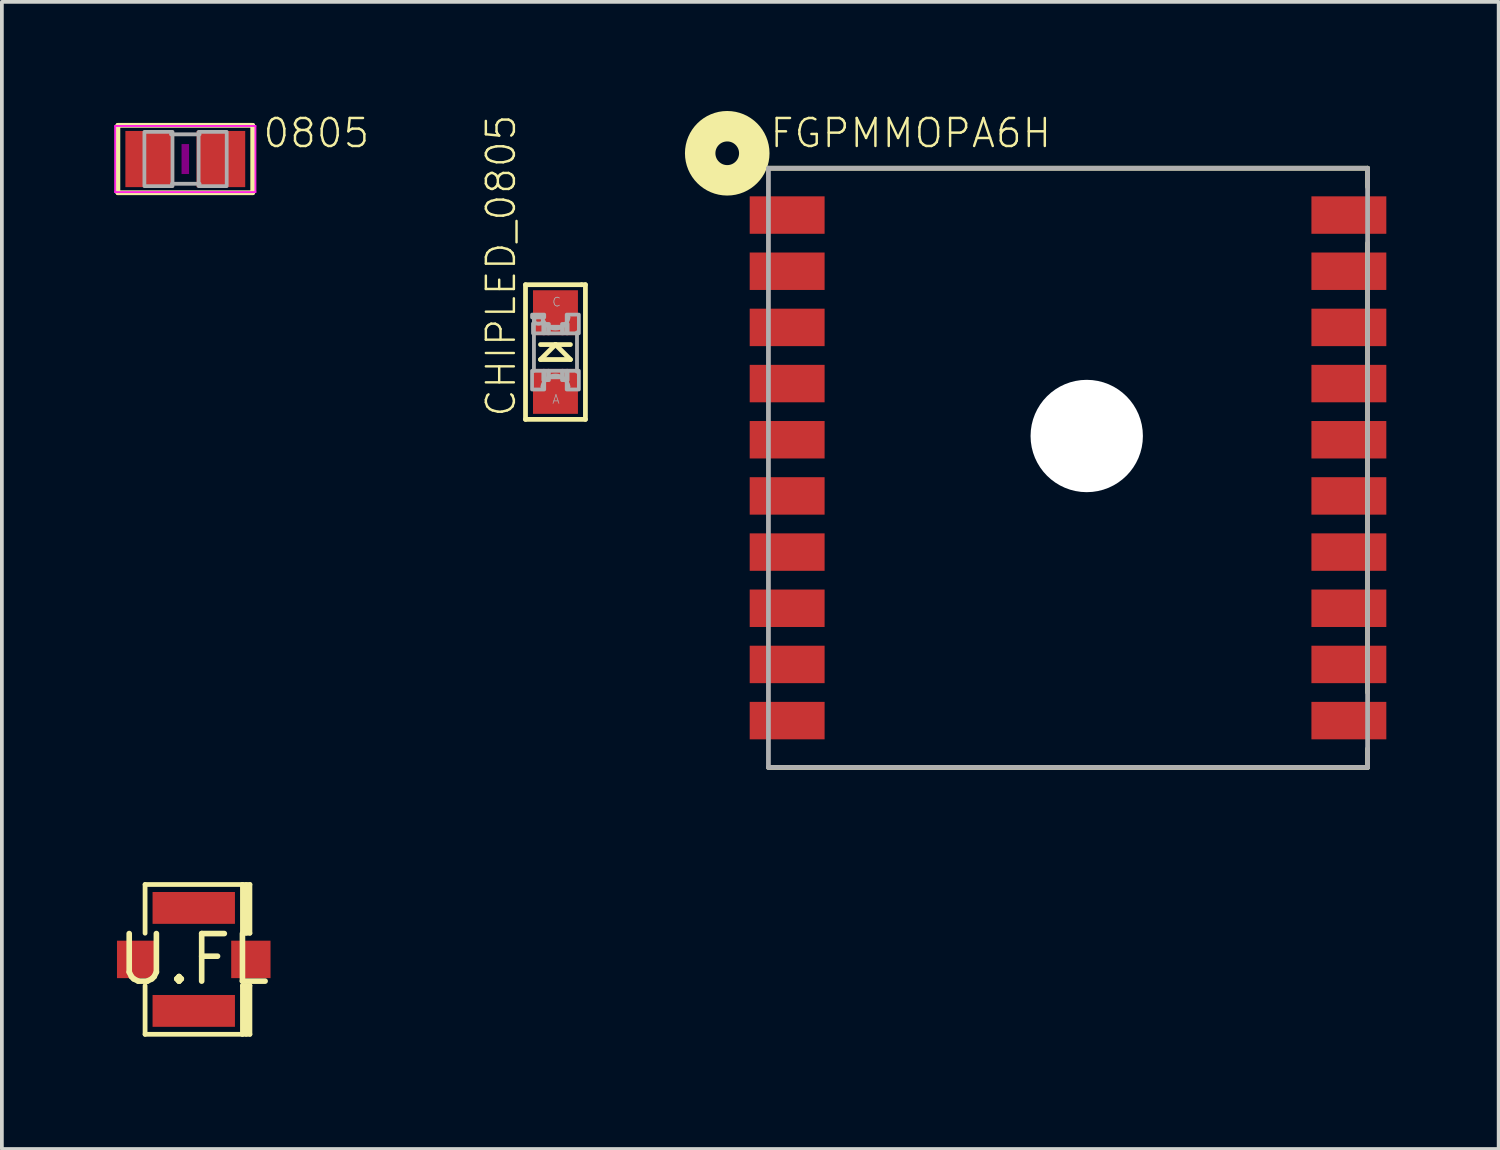
<source format=kicad_pcb>
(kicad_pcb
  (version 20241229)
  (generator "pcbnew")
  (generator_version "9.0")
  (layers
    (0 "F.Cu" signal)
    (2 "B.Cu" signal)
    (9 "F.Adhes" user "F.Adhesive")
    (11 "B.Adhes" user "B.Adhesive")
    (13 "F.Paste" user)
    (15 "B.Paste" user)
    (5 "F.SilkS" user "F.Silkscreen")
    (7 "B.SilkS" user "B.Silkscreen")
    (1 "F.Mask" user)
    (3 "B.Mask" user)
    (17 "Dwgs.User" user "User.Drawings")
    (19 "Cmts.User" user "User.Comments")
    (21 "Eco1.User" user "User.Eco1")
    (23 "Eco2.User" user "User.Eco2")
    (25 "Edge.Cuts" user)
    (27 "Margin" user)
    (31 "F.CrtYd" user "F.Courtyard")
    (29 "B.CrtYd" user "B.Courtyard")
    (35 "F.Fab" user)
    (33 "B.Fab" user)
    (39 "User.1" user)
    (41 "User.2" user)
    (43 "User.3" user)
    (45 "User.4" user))
  (footprint "0805"
    (layer "F.Cu")
    (at 1.898 1.197)
    (property "Reference" "0805" (at 2.032 -0.254 0) (layer "F.SilkS") (effects (font (size 0.748 0.748) (thickness 0.065)) (justify left bottom)))
    (fp_line (start -1.8 -0.9) (end 1.8 -0.9) (stroke (width 0.127) (type solid)) (layer "F.SilkS"))
    (fp_line (start -1.8 0.9) (end -1.8 -0.9) (stroke (width 0.127) (type solid)) (layer "F.SilkS"))
    (fp_line (start 1.8 -0.9) (end 1.8 0.9) (stroke (width 0.127) (type solid)) (layer "F.SilkS"))
    (fp_line (start 1.8 0.9) (end -1.8 0.9) (stroke (width 0.127) (type solid)) (layer "F.SilkS"))
    (fp_poly (pts (xy -0.1 0.4) (xy 0.1 0.4) (xy 0.1 -0.4) (xy -0.1 -0.4)) (stroke (width 0) (type solid)) (fill yes) (layer "F.Adhes"))
    (fp_line (start -1.873 -0.883) (end 1.873 -0.883) (stroke (width 0.051) (type solid)) (layer "F.CrtYd"))
    (fp_line (start -1.873 0.883) (end -1.873 -0.883) (stroke (width 0.051) (type solid)) (layer "F.CrtYd"))
    (fp_line (start 1.873 -0.883) (end 1.873 0.883) (stroke (width 0.051) (type solid)) (layer "F.CrtYd"))
    (fp_line (start 1.873 0.883) (end -1.873 0.883) (stroke (width 0.051) (type solid)) (layer "F.CrtYd"))
    (fp_line (start -0.381 -0.66) (end 0.381 -0.66) (stroke (width 0.102) (type solid)) (layer "F.Fab"))
    (fp_line (start -0.356 0.66) (end 0.381 0.66) (stroke (width 0.102) (type solid)) (layer "F.Fab"))
    (fp_poly (pts (xy -1.092 0.724) (xy -0.342 0.724) (xy -0.342 -0.726) (xy -1.092 -0.726)) (stroke (width 0.1) (type solid)) (fill no) (layer "F.Fab"))
    (fp_poly (pts (xy 0.356 0.724) (xy 1.106 0.724) (xy 1.106 -0.726) (xy 0.356 -0.726)) (stroke (width 0.1) (type solid)) (fill no) (layer "F.Fab"))
    (pad "1" smd rect (at -0.95 0) (size 1.3 1.5) (layers "F.Cu" "F.Mask" "F.Paste"))
    (pad "2" smd rect (at 0.95 0) (size 1.3 1.5) (layers "F.Cu" "F.Mask" "F.Paste")))
  (footprint "FGPMMOPA6H"
    (layer "F.Cu")
    (at 25.47 9.443)
    (property "Reference" "FGPMMOPA6H" (at -8 -8.5 0) (layer "F.SilkS") (effects (font (size 0.748 0.748) (thickness 0.065)) (justify left bottom)))
    (fp_line (start -8 -8) (end 8 -8) (stroke (width 0.127) (type solid)) (layer "F.SilkS"))
    (fp_line (start 8 -8) (end 8 -7.5) (stroke (width 0.127) (type solid)) (layer "F.SilkS"))
    (fp_line (start 8 -6) (end 8 6) (stroke (width 0.127) (type solid)) (layer "F.SilkS"))
    (fp_line (start 8 7.5) (end 8 8) (stroke (width 0.127) (type solid)) (layer "F.SilkS"))
    (fp_line (start 8 8) (end -8 8) (stroke (width 0.127) (type solid)) (layer "F.SilkS"))
    (fp_circle (center -9.1 -8.4) (end -8.784 -8.4) (stroke (width 0.813) (type solid)) (fill no) (layer "F.SilkS"))
    (fp_line (start -8 -8) (end 8 -8) (stroke (width 0.127) (type solid)) (layer "F.Fab"))
    (fp_line (start -8 8) (end -8 -8) (stroke (width 0.127) (type solid)) (layer "F.Fab"))
    (fp_line (start 8 -8) (end 8 8) (stroke (width 0.127) (type solid)) (layer "F.Fab"))
    (fp_line (start 8 8) (end -8 8) (stroke (width 0.127) (type solid)) (layer "F.Fab"))
    (fp_circle (center 0.5 -0.85) (end 1 -0.85) (stroke (width 0.813) (type solid)) (fill no) (layer "F.Fab"))
    (pad "" np_thru_hole circle (at 0.5 -0.85) (size 3 3) (drill 3) (layers "*.Cu" "*.Mask"))
    (pad "P$1" smd rect (at -7.5 -6.75) (size 2 1) (layers "F.Cu" "F.Mask" "F.Paste"))
    (pad "P$2" smd rect (at -7.5 -5.25) (size 2 1) (layers "F.Cu" "F.Mask" "F.Paste"))
    (pad "P$3" smd rect (at -7.5 -3.75) (size 2 1) (layers "F.Cu" "F.Mask" "F.Paste"))
    (pad "P$4" smd rect (at -7.5 -2.25) (size 2 1) (layers "F.Cu" "F.Mask" "F.Paste"))
    (pad "P$5" smd rect (at -7.5 -0.75) (size 2 1) (layers "F.Cu" "F.Mask" "F.Paste"))
    (pad "P$6" smd rect (at -7.5 0.75) (size 2 1) (layers "F.Cu" "F.Mask" "F.Paste"))
    (pad "P$7" smd rect (at -7.5 2.25) (size 2 1) (layers "F.Cu" "F.Mask" "F.Paste"))
    (pad "P$8" smd rect (at -7.5 3.75) (size 2 1) (layers "F.Cu" "F.Mask" "F.Paste"))
    (pad "P$9" smd rect (at -7.5 5.25) (size 2 1) (layers "F.Cu" "F.Mask" "F.Paste"))
    (pad "P$10" smd rect (at -7.5 6.75) (size 2 1) (layers "F.Cu" "F.Mask" "F.Paste"))
    (pad "P$11" smd rect (at 7.5 6.75 180) (size 2 1) (layers "F.Cu" "F.Mask" "F.Paste"))
    (pad "P$12" smd rect (at 7.5 5.25 180) (size 2 1) (layers "F.Cu" "F.Mask" "F.Paste"))
    (pad "P$13" smd rect (at 7.5 3.75 180) (size 2 1) (layers "F.Cu" "F.Mask" "F.Paste"))
    (pad "P$14" smd rect (at 7.5 2.25 180) (size 2 1) (layers "F.Cu" "F.Mask" "F.Paste"))
    (pad "P$15" smd rect (at 7.5 0.75 180) (size 2 1) (layers "F.Cu" "F.Mask" "F.Paste"))
    (pad "P$16" smd rect (at 7.5 -0.75 180) (size 2 1) (layers "F.Cu" "F.Mask" "F.Paste"))
    (pad "P$17" smd rect (at 7.5 -2.25 180) (size 2 1) (layers "F.Cu" "F.Mask" "F.Paste"))
    (pad "P$18" smd rect (at 7.5 -3.75 180) (size 2 1) (layers "F.Cu" "F.Mask" "F.Paste"))
    (pad "P$19" smd rect (at 7.5 -5.25 180) (size 2 1) (layers "F.Cu" "F.Mask" "F.Paste"))
    (pad "P$20" smd rect (at 7.5 -6.75 180) (size 2 1) (layers "F.Cu" "F.Mask" "F.Paste")))
  (footprint "CHIPLED_0805"
    (layer "F.Cu")
    (at 11.783 6.351)
    (property "Reference" "CHIPLED_0805" (at -1.016 1.778 90) (layer "F.SilkS") (effects (font (size 0.748 0.748) (thickness 0.065)) (justify left bottom)))
    (fp_line (start -0.8 -1.798) (end 0.697 -1.798) (stroke (width 0.127) (type solid)) (layer "F.SilkS"))
    (fp_line (start -0.8 1.798) (end -0.8 -1.798) (stroke (width 0.127) (type solid)) (layer "F.SilkS"))
    (fp_line (start -0.4 -0.2) (end 0 -0.2) (stroke (width 0.127) (type solid)) (layer "F.SilkS"))
    (fp_line (start -0.4 0.2) (end 0.4 0.2) (stroke (width 0.127) (type solid)) (layer "F.SilkS"))
    (fp_line (start 0 -0.2) (end -0.4 0.2) (stroke (width 0.127) (type solid)) (layer "F.SilkS"))
    (fp_line (start 0 -0.2) (end 0.4 -0.2) (stroke (width 0.127) (type solid)) (layer "F.SilkS"))
    (fp_line (start 0.4 0.2) (end 0 -0.2) (stroke (width 0.127) (type solid)) (layer "F.SilkS"))
    (fp_line (start 0.7 -1.798) (end 0.8 -1.798) (stroke (width 0.127) (type solid)) (layer "F.SilkS"))
    (fp_line (start 0.8 -1.798) (end 0.8 1.798) (stroke (width 0.127) (type solid)) (layer "F.SilkS"))
    (fp_line (start 0.8 1.798) (end -0.8 1.798) (stroke (width 0.127) (type solid)) (layer "F.SilkS"))
    (fp_line (start -0.575 0.5) (end -0.575 -0.925) (stroke (width 0.102) (type solid)) (layer "F.Fab"))
    (fp_line (start 0.575 -0.525) (end 0.575 0.525) (stroke (width 0.102) (type solid)) (layer "F.Fab"))
    (fp_arc (start -0.35 0.925) (mid -0.000001 0.625027) (end 0.35 0.924998) (stroke (width 0.1016) (type solid)) (layer "F.Fab"))
    (fp_arc (start 0.35 -0.924998) (mid -0.000001 -0.625027) (end -0.35 -0.925) (stroke (width 0.1016) (type solid)) (layer "F.Fab"))
    (fp_circle (center -0.45 -0.85) (end -0.347 -0.85) (stroke (width 0.076) (type solid)) (fill no) (layer "F.Fab"))
    (fp_poly (pts (xy -0.625 -0.925) (xy -0.3 -0.925) (xy -0.3 -1) (xy -0.625 -1)) (stroke (width 0.1) (type solid)) (fill no) (layer "F.Fab"))
    (fp_poly (pts (xy -0.625 1) (xy -0.3 1) (xy -0.3 0.5) (xy -0.625 0.5)) (stroke (width 0.1) (type solid)) (fill no) (layer "F.Fab"))
    (fp_poly (pts (xy -0.6 -0.5) (xy -0.3 -0.5) (xy -0.3 -0.762) (xy -0.6 -0.762)) (stroke (width 0.1) (type solid)) (fill no) (layer "F.Fab"))
    (fp_poly (pts (xy -0.325 -0.5) (xy -0.175 -0.5) (xy -0.175 -0.75) (xy -0.325 -0.75)) (stroke (width 0.1) (type solid)) (fill no) (layer "F.Fab"))
    (fp_poly (pts (xy -0.325 0.75) (xy -0.175 0.75) (xy -0.175 0.5) (xy -0.325 0.5)) (stroke (width 0.1) (type solid)) (fill no) (layer "F.Fab"))
    (fp_poly (pts (xy -0.2 -0.5) (xy 0.2 -0.5) (xy 0.2 -0.675) (xy -0.2 -0.675)) (stroke (width 0.1) (type solid)) (fill no) (layer "F.Fab"))
    (fp_poly (pts (xy -0.2 0.675) (xy 0.2 0.675) (xy 0.2 0.5) (xy -0.2 0.5)) (stroke (width 0.1) (type solid)) (fill no) (layer "F.Fab"))
    (fp_poly (pts (xy 0.175 -0.5) (xy 0.325 -0.5) (xy 0.325 -0.75) (xy 0.175 -0.75)) (stroke (width 0.1) (type solid)) (fill no) (layer "F.Fab"))
    (fp_poly (pts (xy 0.175 0.75) (xy 0.325 0.75) (xy 0.325 0.5) (xy 0.175 0.5)) (stroke (width 0.1) (type solid)) (fill no) (layer "F.Fab"))
    (fp_poly (pts (xy 0.3 -0.5) (xy 0.625 -0.5) (xy 0.625 -1) (xy 0.3 -1)) (stroke (width 0.1) (type solid)) (fill no) (layer "F.Fab"))
    (fp_poly (pts (xy 0.3 1) (xy 0.625 1) (xy 0.625 0.5) (xy 0.3 0.5)) (stroke (width 0.1) (type solid)) (fill no) (layer "F.Fab"))
    (fp_text user "C" (at -0.1 -1.2 0) (layer "F.Fab") (effects (font (size 0.234 0.234) (thickness 0.02)) (justify left bottom)))
    (fp_text user "A" (at -0.1 1.4 0) (layer "F.Fab") (effects (font (size 0.234 0.234) (thickness 0.02)) (justify left bottom)))
    (pad "A" smd rect (at 0 1.05) (size 1.2 1.2) (layers "F.Cu" "F.Mask" "F.Paste"))
    (pad "C" smd rect (at 0 -1.05) (size 1.2 1.2) (layers "F.Cu" "F.Mask" "F.Paste")))
  (footprint "U.FL"
    (layer "F.Cu")
    (at 2.124 22.57)
    (property "Reference" "U.FL" (at 0 0 0) (layer "F.SilkS") (effects (font (size 1.27 1.27) (thickness 0.15))))
    (fp_line (start -1.3 -0.7) (end -1.3 -2) (stroke (width 0.127) (type solid)) (layer "F.SilkS"))
    (fp_line (start -1.3 2) (end -1.3 0.7) (stroke (width 0.127) (type solid)) (layer "F.SilkS"))
    (fp_line (start -1.3 2) (end 1.3 2) (stroke (width 0.127) (type solid)) (layer "F.SilkS"))
    (fp_line (start 1.3 -2) (end -1.3 -2) (stroke (width 0.127) (type solid)) (layer "F.SilkS"))
    (fp_line (start 1.3 -0.7) (end 1.3 -2) (stroke (width 0.127) (type solid)) (layer "F.SilkS"))
    (fp_line (start 1.3 2) (end 1.3 0.7) (stroke (width 0.127) (type solid)) (layer "F.SilkS"))
    (fp_line (start 1.4 -0.7) (end 1.4 -2) (stroke (width 0.127) (type solid)) (layer "F.SilkS"))
    (fp_line (start 1.4 2) (end 1.4 0.7) (stroke (width 0.127) (type solid)) (layer "F.SilkS"))
    (fp_line (start 1.5 -2) (end 1.3 -2) (stroke (width 0.127) (type solid)) (layer "F.SilkS"))
    (fp_line (start 1.5 -0.7) (end 1.3 -0.7) (stroke (width 0.127) (type solid)) (layer "F.SilkS"))
    (fp_line (start 1.5 -0.7) (end 1.5 -2) (stroke (width 0.127) (type solid)) (layer "F.SilkS"))
    (fp_line (start 1.5 0.7) (end 1.3 0.7) (stroke (width 0.127) (type solid)) (layer "F.SilkS"))
    (fp_line (start 1.5 2) (end 1.3 2) (stroke (width 0.127) (type solid)) (layer "F.SilkS"))
    (fp_line (start 1.5 2) (end 1.5 0.7) (stroke (width 0.127) (type solid)) (layer "F.SilkS"))
    (pad "P$1" smd rect (at 0 -1.375) (size 2.2 0.85) (layers "F.Cu" "F.Mask" "F.Paste"))
    (pad "P$2" smd rect (at 0 1.375) (size 2.2 0.85) (layers "F.Cu" "F.Mask" "F.Paste"))
    (pad "P$3" smd rect (at 1.525 0) (size 1.05 1) (layers "F.Cu" "F.Mask" "F.Paste"))
    (pad "P$4" smd rect (at -1.525 0) (size 1.05 1) (layers "F.Cu" "F.Mask" "F.Paste"))
    (zone (net_name "") (layer "F.Cu") (hatch edge 0.508) (connect_pads) (min_thickness 0.254) (filled_areas_thickness no) (keepout (tracks not_allowed) (vias not_allowed) (pads not_allowed) (copperpour not_allowed) (footprints allowed)) (placement (enabled no)) (fill) (polygon (pts (xy 1.235 23.395) (xy 3.013 23.395) (xy 3.013 21.744) (xy 1.235 21.744)))))
  (gr_rect
    (start -3 -3)
    (end 36.97 27.633)
    (stroke (width 0.1) (type default))
    (fill no)
    (layer "Edge.Cuts")))
</source>
